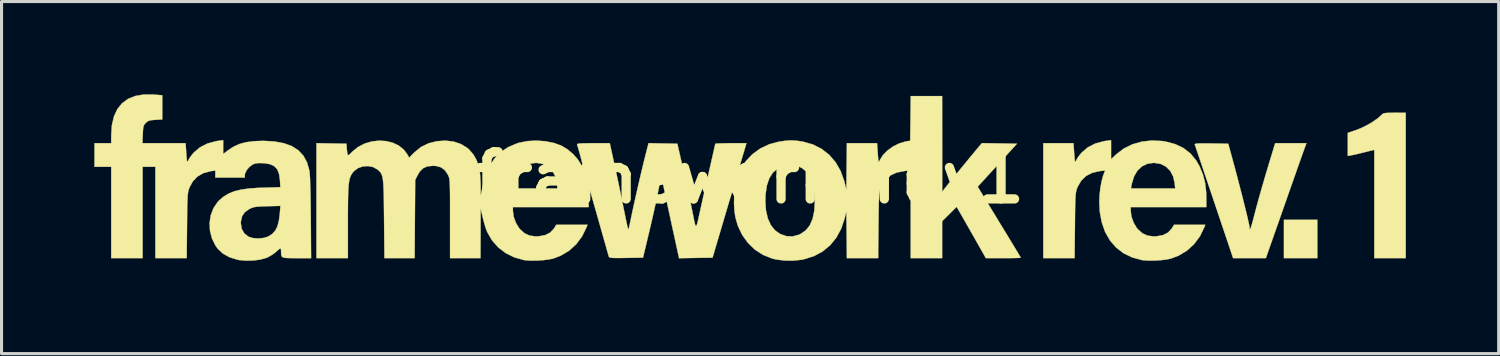
<source format=kicad_pcb>
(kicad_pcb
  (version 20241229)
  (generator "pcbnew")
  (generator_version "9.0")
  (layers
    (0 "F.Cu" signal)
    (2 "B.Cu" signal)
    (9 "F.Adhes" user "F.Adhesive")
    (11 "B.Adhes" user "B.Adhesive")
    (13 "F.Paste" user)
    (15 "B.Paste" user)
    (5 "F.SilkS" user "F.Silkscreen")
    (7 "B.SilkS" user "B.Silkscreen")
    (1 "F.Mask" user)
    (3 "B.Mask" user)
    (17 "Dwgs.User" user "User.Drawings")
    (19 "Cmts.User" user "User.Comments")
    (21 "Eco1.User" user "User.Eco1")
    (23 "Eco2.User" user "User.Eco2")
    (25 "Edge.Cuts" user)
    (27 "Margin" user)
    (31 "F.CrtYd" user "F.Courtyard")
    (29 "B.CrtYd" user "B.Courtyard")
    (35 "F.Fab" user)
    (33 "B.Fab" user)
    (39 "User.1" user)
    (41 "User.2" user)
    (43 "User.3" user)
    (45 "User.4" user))
  (footprint "framework_rev1"
    (layer "F.Cu")
    (at 21.182 2.691)
    (property "Reference" "framework_rev1" (at 0 0 180) (layer "F.SilkS") (effects (font (size 1.524 1.524) (thickness 0.3))))
    (attr through_hole)
    (fp_poly (pts (xy 18.352 2.603) (xy 17.272 2.603) (xy 17.272 1.365) (xy 18.352 1.365) (xy 18.352 2.603)) (stroke (width 0.01) (type solid)) (fill yes) (layer "F.SilkS"))
    (fp_poly (pts (xy 21.209 -2.095) (xy 21.209 2.603) (xy 20.193 2.603) (xy 20.193 -0.896) (xy 20.122 -0.88) (xy 20.058 -0.865) (xy 19.953 -0.839) (xy 19.826 -0.807) (xy 19.796 -0.8) (xy 19.662 -0.767) (xy 19.539 -0.739) (xy 19.45 -0.72) (xy 19.439 -0.718) (xy 19.336 -0.7) (xy 19.336 -1.445) (xy 19.607 -1.538) (xy 19.784 -1.609) (xy 19.972 -1.703) (xy 20.152 -1.81) (xy 20.306 -1.918) (xy 20.413 -2.013) (xy 20.449 -2.049) (xy 20.488 -2.072) (xy 20.542 -2.086) (xy 20.626 -2.093) (xy 20.751 -2.095) (xy 20.849 -2.096) (xy 21.209 -2.095)) (stroke (width 0.01) (type solid)) (fill yes) (layer "F.SilkS"))
    (fp_poly (pts (xy 17.926 -0.913) (xy 17.902 -0.846) (xy 17.859 -0.725) (xy 17.799 -0.556) (xy 17.725 -0.347) (xy 17.639 -0.103) (xy 17.543 0.17) (xy 17.439 0.465) (xy 17.33 0.776) (xy 17.271 0.945) (xy 16.688 2.603) (xy 15.629 2.603) (xy 15.017 0.786) (xy 14.907 0.46) (xy 14.803 0.151) (xy 14.706 -0.135) (xy 14.62 -0.392) (xy 14.544 -0.616) (xy 14.481 -0.802) (xy 14.433 -0.943) (xy 14.402 -1.035) (xy 14.39 -1.072) (xy 14.39 -1.072) (xy 14.397 -1.087) (xy 14.435 -1.098) (xy 14.513 -1.104) (xy 14.635 -1.106) (xy 14.811 -1.106) (xy 14.924 -1.104) (xy 15.472 -1.095) (xy 15.611 -0.587) (xy 15.681 -0.331) (xy 15.752 -0.062) (xy 15.823 0.21) (xy 15.893 0.478) (xy 15.958 0.735) (xy 16.017 0.973) (xy 16.069 1.185) (xy 16.111 1.363) (xy 16.141 1.499) (xy 16.158 1.586) (xy 16.161 1.611) (xy 16.165 1.666) (xy 16.177 1.671) (xy 16.2 1.624) (xy 16.232 1.521) (xy 16.277 1.361) (xy 16.323 1.182) (xy 16.387 0.937) (xy 16.468 0.643) (xy 16.563 0.31) (xy 16.668 -0.051) (xy 16.781 -0.429) (xy 16.894 -0.802) (xy 16.989 -1.111) (xy 17.999 -1.111) (xy 17.926 -0.913)) (stroke (width 0.01) (type solid)) (fill yes) (layer "F.SilkS"))
    (fp_poly (pts (xy 11.684 -0.594) (xy 11.853 -0.754) (xy 12.093 -0.938) (xy 12.369 -1.075) (xy 12.674 -1.162) (xy 13 -1.199) (xy 13.338 -1.182) (xy 13.449 -1.165) (xy 13.759 -1.082) (xy 14.025 -0.955) (xy 14.25 -0.78) (xy 14.435 -0.557) (xy 14.542 -0.37) (xy 14.654 -0.1) (xy 14.725 0.175) (xy 14.759 0.477) (xy 14.763 0.643) (xy 14.764 0.953) (xy 12.319 0.953) (xy 12.319 1.076) (xy 12.345 1.268) (xy 12.417 1.465) (xy 12.523 1.638) (xy 12.547 1.666) (xy 12.694 1.798) (xy 12.86 1.875) (xy 13.056 1.901) (xy 13.158 1.897) (xy 13.362 1.859) (xy 13.521 1.779) (xy 13.639 1.655) (xy 13.653 1.634) (xy 13.721 1.524) (xy 14.73 1.524) (xy 14.701 1.601) (xy 14.557 1.898) (xy 14.366 2.153) (xy 14.134 2.364) (xy 13.864 2.525) (xy 13.622 2.617) (xy 13.474 2.648) (xy 13.286 2.67) (xy 13.083 2.683) (xy 12.886 2.684) (xy 12.72 2.672) (xy 12.679 2.666) (xy 12.364 2.58) (xy 12.085 2.444) (xy 11.846 2.26) (xy 11.648 2.031) (xy 11.493 1.76) (xy 11.383 1.449) (xy 11.319 1.1) (xy 11.303 0.794) (xy 11.313 0.562) (xy 11.337 0.349) (xy 12.327 0.349) (xy 13.757 0.349) (xy 13.739 0.179) (xy 13.69 -0.039) (xy 13.596 -0.217) (xy 13.46 -0.353) (xy 13.289 -0.441) (xy 13.087 -0.475) (xy 13.058 -0.476) (xy 12.855 -0.446) (xy 12.68 -0.361) (xy 12.536 -0.224) (xy 12.427 -0.039) (xy 12.357 0.192) (xy 12.353 0.209) (xy 12.327 0.349) (xy 11.337 0.349) (xy 11.339 0.326) (xy 11.38 0.107) (xy 11.431 -0.075) (xy 11.449 -0.123) (xy 11.494 -0.231) (xy 11.317 -0.21) (xy 11.077 -0.156) (xy 10.878 -0.054) (xy 10.722 0.096) (xy 10.606 0.294) (xy 10.597 0.316) (xy 10.578 0.367) (xy 10.562 0.418) (xy 10.55 0.477) (xy 10.54 0.55) (xy 10.533 0.647) (xy 10.528 0.774) (xy 10.523 0.938) (xy 10.52 1.148) (xy 10.517 1.41) (xy 10.516 1.548) (xy 10.505 2.603) (xy 9.493 2.603) (xy 9.493 -1.111) (xy 9.981 -1.111) (xy 10.469 -1.111) (xy 10.492 -0.787) (xy 10.503 -0.643) (xy 10.512 -0.554) (xy 10.522 -0.514) (xy 10.534 -0.514) (xy 10.551 -0.547) (xy 10.558 -0.563) (xy 10.603 -0.641) (xy 10.675 -0.739) (xy 10.736 -0.811) (xy 10.934 -0.979) (xy 11.175 -1.102) (xy 11.459 -1.178) (xy 11.533 -1.19) (xy 11.684 -1.21) (xy 11.684 -0.594)) (stroke (width 0.01) (type solid)) (fill yes) (layer "F.SilkS"))
    (fp_poly (pts (xy -19.266 -2.684) (xy -19.248 -2.683) (xy -18.986 -2.661) (xy -18.986 -1.88) (xy -19.209 -1.868) (xy -19.334 -1.857) (xy -19.417 -1.839) (xy -19.477 -1.806) (xy -19.519 -1.768) (xy -19.561 -1.721) (xy -19.588 -1.67) (xy -19.603 -1.6) (xy -19.612 -1.494) (xy -19.617 -1.396) (xy -19.628 -1.111) (xy -18.233 -1.111) (xy -18.21 -0.787) (xy -18.199 -0.643) (xy -18.19 -0.554) (xy -18.18 -0.514) (xy -18.168 -0.514) (xy -18.151 -0.547) (xy -18.144 -0.563) (xy -18.099 -0.641) (xy -18.027 -0.739) (xy -17.966 -0.811) (xy -17.768 -0.979) (xy -17.527 -1.102) (xy -17.243 -1.178) (xy -17.169 -1.19) (xy -17.018 -1.21) (xy -17.018 -0.762) (xy -16.867 -0.878) (xy -16.686 -0.998) (xy -16.494 -1.086) (xy -16.278 -1.144) (xy -16.028 -1.177) (xy -15.729 -1.188) (xy -15.716 -1.188) (xy -15.359 -1.168) (xy -15.053 -1.111) (xy -14.795 -1.016) (xy -14.586 -0.881) (xy -14.423 -0.705) (xy -14.306 -0.489) (xy -14.233 -0.231) (xy -14.226 -0.191) (xy -14.219 -0.113) (xy -14.211 0.019) (xy -14.205 0.199) (xy -14.198 0.418) (xy -14.193 0.667) (xy -14.189 0.94) (xy -14.186 1.227) (xy -14.185 1.31) (xy -14.176 2.604) (xy -14.641 2.604) (xy -14.83 2.603) (xy -14.965 2.599) (xy -15.054 2.588) (xy -15.108 2.566) (xy -15.134 2.53) (xy -15.144 2.474) (xy -15.145 2.396) (xy -15.145 2.395) (xy -15.15 2.322) (xy -15.163 2.287) (xy -15.165 2.286) (xy -15.198 2.306) (xy -15.261 2.357) (xy -15.318 2.409) (xy -15.427 2.491) (xy -15.56 2.567) (xy -15.634 2.6) (xy -15.824 2.651) (xy -16.049 2.68) (xy -16.281 2.685) (xy -16.497 2.666) (xy -16.562 2.653) (xy -16.82 2.572) (xy -17.03 2.453) (xy -17.197 2.295) (xy -17.268 2.196) (xy -17.381 1.965) (xy -17.444 1.718) (xy -17.456 1.479) (xy -16.447 1.479) (xy -16.419 1.654) (xy -16.339 1.798) (xy -16.21 1.903) (xy -16.192 1.913) (xy -16.058 1.954) (xy -15.894 1.967) (xy -15.726 1.953) (xy -15.58 1.911) (xy -15.573 1.908) (xy -15.438 1.827) (xy -15.336 1.718) (xy -15.263 1.573) (xy -15.215 1.383) (xy -15.188 1.169) (xy -15.167 0.914) (xy -15.593 0.925) (xy -15.772 0.931) (xy -15.902 0.939) (xy -15.997 0.952) (xy -16.071 0.971) (xy -16.14 0.999) (xy -16.174 1.016) (xy -16.316 1.116) (xy -16.405 1.245) (xy -16.444 1.411) (xy -16.447 1.479) (xy -17.456 1.479) (xy -17.456 1.466) (xy -17.42 1.221) (xy -17.334 0.993) (xy -17.201 0.794) (xy -17.145 0.734) (xy -17 0.612) (xy -16.839 0.515) (xy -16.654 0.441) (xy -16.434 0.387) (xy -16.173 0.351) (xy -15.861 0.33) (xy -15.736 0.326) (xy -15.169 0.31) (xy -15.183 0.081) (xy -15.212 -0.119) (xy -15.271 -0.268) (xy -15.368 -0.371) (xy -15.509 -0.435) (xy -15.7 -0.466) (xy -15.73 -0.467) (xy -15.872 -0.47) (xy -15.975 -0.457) (xy -16.06 -0.425) (xy -16.065 -0.423) (xy -16.167 -0.348) (xy -16.253 -0.247) (xy -16.308 -0.139) (xy -16.32 -0.075) (xy -16.32 0) (xy -17.272 0) (xy -17.272 -0.229) (xy -17.423 -0.207) (xy -17.657 -0.145) (xy -17.85 -0.034) (xy -18.001 0.125) (xy -18.105 0.316) (xy -18.124 0.367) (xy -18.14 0.418) (xy -18.152 0.477) (xy -18.162 0.55) (xy -18.169 0.647) (xy -18.174 0.774) (xy -18.179 0.938) (xy -18.182 1.148) (xy -18.185 1.41) (xy -18.186 1.548) (xy -18.197 2.603) (xy -19.209 2.603) (xy -19.209 -0.349) (xy -19.622 -0.349) (xy -19.622 2.603) (xy -20.637 2.603) (xy -20.637 -0.349) (xy -21.177 -0.349) (xy -21.177 -1.111) (xy -20.637 -1.111) (xy -20.637 -1.361) (xy -20.616 -1.69) (xy -20.55 -1.973) (xy -20.441 -2.21) (xy -20.29 -2.4) (xy -20.096 -2.543) (xy -19.861 -2.638) (xy -19.584 -2.686) (xy -19.266 -2.684)) (stroke (width 0.01) (type solid)) (fill yes) (layer "F.SilkS"))
    (fp_poly (pts (xy 6.224 -1.087) (xy 6.225 0.46) (xy 6.295 0.365) (xy 6.334 0.316) (xy 6.406 0.226) (xy 6.505 0.104) (xy 6.623 -0.042) (xy 6.754 -0.203) (xy 6.891 -0.37) (xy 7.026 -0.535) (xy 7.154 -0.69) (xy 7.266 -0.826) (xy 7.357 -0.935) (xy 7.418 -1.008) (xy 7.419 -1.009) (xy 7.509 -1.114) (xy 8.076 -1.105) (xy 8.643 -1.095) (xy 8.008 -0.4) (xy 7.373 0.295) (xy 7.723 0.87) (xy 7.937 1.22) (xy 8.12 1.521) (xy 8.275 1.774) (xy 8.403 1.985) (xy 8.507 2.157) (xy 8.59 2.294) (xy 8.654 2.399) (xy 8.7 2.477) (xy 8.732 2.531) (xy 8.752 2.565) (xy 8.761 2.584) (xy 8.763 2.589) (xy 8.733 2.594) (xy 8.649 2.598) (xy 8.523 2.601) (xy 8.363 2.603) (xy 8.199 2.603) (xy 7.636 2.603) (xy 7.272 1.96) (xy 7.161 1.765) (xy 7.053 1.576) (xy 6.956 1.405) (xy 6.875 1.262) (xy 6.816 1.16) (xy 6.8 1.132) (xy 6.692 0.945) (xy 6.458 1.178) (xy 6.223 1.411) (xy 6.223 2.603) (xy 5.207 2.603) (xy 5.207 -0.231) (xy 5.003 -0.212) (xy 4.757 -0.165) (xy 4.554 -0.071) (xy 4.393 0.069) (xy 4.273 0.257) (xy 4.247 0.316) (xy 4.228 0.367) (xy 4.212 0.418) (xy 4.2 0.477) (xy 4.19 0.55) (xy 4.183 0.647) (xy 4.178 0.774) (xy 4.173 0.938) (xy 4.17 1.148) (xy 4.167 1.41) (xy 4.166 1.548) (xy 4.155 2.603) (xy 3.144 2.603) (xy 3.136 1.849) (xy 3.127 1.095) (xy 3.072 1.318) (xy 2.96 1.652) (xy 2.802 1.943) (xy 2.601 2.189) (xy 2.359 2.389) (xy 2.078 2.539) (xy 1.759 2.639) (xy 1.682 2.655) (xy 1.407 2.685) (xy 1.121 2.681) (xy 0.85 2.646) (xy 0.723 2.615) (xy 0.431 2.497) (xy 0.169 2.327) (xy -0.056 2.109) (xy -0.242 1.851) (xy -0.381 1.557) (xy -0.46 1.285) (xy -0.492 1.067) (xy -0.505 0.816) (xy -0.503 0.757) (xy 0.508 0.757) (xy 0.528 1.059) (xy 0.588 1.32) (xy 0.687 1.537) (xy 0.822 1.706) (xy 0.988 1.822) (xy 1.191 1.893) (xy 1.39 1.901) (xy 1.592 1.847) (xy 1.648 1.821) (xy 1.814 1.706) (xy 1.943 1.546) (xy 2.034 1.339) (xy 2.089 1.082) (xy 2.108 0.774) (xy 2.108 0.746) (xy 2.092 0.44) (xy 2.045 0.186) (xy 1.964 -0.02) (xy 1.849 -0.182) (xy 1.698 -0.304) (xy 1.687 -0.31) (xy 1.591 -0.359) (xy 1.497 -0.385) (xy 1.376 -0.394) (xy 1.319 -0.395) (xy 1.094 -0.37) (xy 0.906 -0.292) (xy 0.754 -0.163) (xy 0.638 0.018) (xy 0.559 0.25) (xy 0.516 0.535) (xy 0.508 0.757) (xy -0.503 0.757) (xy -0.499 0.559) (xy -0.475 0.324) (xy -0.46 0.24) (xy -0.439 0.131) (xy -0.425 0.049) (xy -0.423 0.011) (xy -0.423 0.011) (xy -0.434 0.038) (xy -0.461 0.12) (xy -0.501 0.251) (xy -0.554 0.424) (xy -0.618 0.633) (xy -0.69 0.872) (xy -0.768 1.135) (xy -0.815 1.294) (xy -1.198 2.588) (xy -1.739 2.596) (xy -2.28 2.605) (xy -2.314 2.453) (xy -2.423 1.953) (xy -2.519 1.514) (xy -2.601 1.135) (xy -2.67 0.816) (xy -2.726 0.556) (xy -2.769 0.354) (xy -2.799 0.21) (xy -2.817 0.123) (xy -2.819 0.111) (xy -2.832 0.045) (xy -2.843 0.007) (xy -2.856 0.002) (xy -2.87 0.036) (xy -2.89 0.114) (xy -2.917 0.242) (xy -2.953 0.425) (xy -2.966 0.492) (xy -2.998 0.651) (xy -3.042 0.856) (xy -3.094 1.093) (xy -3.152 1.347) (xy -3.211 1.604) (xy -3.249 1.762) (xy -3.446 2.588) (xy -3.991 2.596) (xy -4.19 2.599) (xy -4.334 2.599) (xy -4.433 2.596) (xy -4.496 2.589) (xy -4.531 2.577) (xy -4.548 2.56) (xy -4.553 2.549) (xy -4.565 2.506) (xy -4.593 2.41) (xy -4.633 2.266) (xy -4.685 2.084) (xy -4.746 1.869) (xy -4.814 1.628) (xy -4.887 1.371) (xy -4.887 1.369) (xy -4.96 1.113) (xy -5.027 0.878) (xy -5.087 0.669) (xy -5.137 0.493) (xy -5.177 0.358) (xy -5.203 0.27) (xy -5.214 0.237) (xy -5.214 0.237) (xy -5.216 0.262) (xy -5.217 0.34) (xy -5.216 0.456) (xy -5.212 0.59) (xy -5.202 0.953) (xy -7.652 0.953) (xy -7.652 1.076) (xy -7.626 1.268) (xy -7.554 1.465) (xy -7.447 1.638) (xy -7.424 1.666) (xy -7.277 1.798) (xy -7.111 1.875) (xy -6.915 1.901) (xy -6.812 1.897) (xy -6.609 1.859) (xy -6.45 1.779) (xy -6.331 1.655) (xy -6.317 1.634) (xy -6.25 1.524) (xy -5.24 1.524) (xy -5.27 1.601) (xy -5.414 1.898) (xy -5.604 2.153) (xy -5.836 2.364) (xy -6.107 2.525) (xy -6.349 2.617) (xy -6.497 2.648) (xy -6.684 2.67) (xy -6.888 2.683) (xy -7.085 2.684) (xy -7.25 2.672) (xy -7.291 2.666) (xy -7.602 2.58) (xy -7.883 2.442) (xy -8.127 2.256) (xy -8.329 2.026) (xy -8.484 1.757) (xy -8.523 1.656) (xy -8.567 1.516) (xy -8.609 1.363) (xy -8.624 1.302) (xy -8.695 1) (xy -8.697 1.802) (xy -8.7 2.603) (xy -9.684 2.603) (xy -9.684 1.324) (xy -9.684 1.006) (xy -9.684 0.744) (xy -9.685 0.533) (xy -9.688 0.367) (xy -9.691 0.238) (xy -9.696 0.14) (xy -9.703 0.067) (xy -9.713 0.013) (xy -9.725 -0.029) (xy -9.74 -0.065) (xy -9.755 -0.096) (xy -9.852 -0.24) (xy -9.975 -0.331) (xy -10.133 -0.375) (xy -10.239 -0.381) (xy -10.419 -0.362) (xy -10.558 -0.3) (xy -10.668 -0.188) (xy -10.732 -0.079) (xy -10.811 0.079) (xy -10.82 1.341) (xy -10.829 2.603) (xy -11.805 2.603) (xy -11.817 1.326) (xy -11.821 0.988) (xy -11.824 0.708) (xy -11.829 0.48) (xy -11.836 0.296) (xy -11.845 0.151) (xy -11.858 0.04) (xy -11.876 -0.046) (xy -11.899 -0.11) (xy -11.927 -0.16) (xy -11.963 -0.202) (xy -12.006 -0.242) (xy -12.029 -0.261) (xy -12.169 -0.34) (xy -12.333 -0.373) (xy -12.503 -0.361) (xy -12.661 -0.306) (xy -12.79 -0.208) (xy -12.794 -0.203) (xy -12.84 -0.147) (xy -12.878 -0.089) (xy -12.909 -0.024) (xy -12.934 0.056) (xy -12.952 0.157) (xy -12.966 0.285) (xy -12.975 0.447) (xy -12.981 0.649) (xy -12.984 0.897) (xy -12.986 1.199) (xy -12.986 1.419) (xy -12.986 2.603) (xy -14.002 2.603) (xy -14.002 -1.113) (xy -13.518 -1.104) (xy -13.033 -1.095) (xy -13.025 -0.968) (xy -13.015 -0.866) (xy -13.002 -0.779) (xy -13 -0.768) (xy -12.988 -0.731) (xy -12.968 -0.725) (xy -12.929 -0.754) (xy -12.859 -0.823) (xy -12.845 -0.837) (xy -12.661 -0.988) (xy -12.451 -1.098) (xy -12.224 -1.166) (xy -11.989 -1.194) (xy -11.758 -1.181) (xy -11.539 -1.128) (xy -11.343 -1.036) (xy -11.179 -0.904) (xy -11.075 -0.765) (xy -11.005 -0.644) (xy -10.845 -0.808) (xy -10.629 -0.985) (xy -10.381 -1.108) (xy -10.112 -1.176) (xy -9.832 -1.195) (xy -9.568 -1.164) (xy -9.331 -1.085) (xy -9.128 -0.96) (xy -9.068 -0.907) (xy -8.93 -0.747) (xy -8.826 -0.566) (xy -8.755 -0.355) (xy -8.713 -0.104) (xy -8.697 0.195) (xy -8.696 0.221) (xy -8.693 0.587) (xy -8.644 0.349) (xy -7.644 0.349) (xy -6.214 0.349) (xy -6.232 0.179) (xy -6.281 -0.039) (xy -6.375 -0.217) (xy -6.511 -0.353) (xy -6.682 -0.441) (xy -6.884 -0.475) (xy -6.913 -0.476) (xy -7.116 -0.446) (xy -7.291 -0.361) (xy -7.435 -0.224) (xy -7.544 -0.039) (xy -7.614 0.192) (xy -7.617 0.209) (xy -7.644 0.349) (xy -8.644 0.349) (xy -8.632 0.29) (xy -8.537 -0.064) (xy -8.409 -0.367) (xy -8.247 -0.619) (xy -8.046 -0.824) (xy -7.805 -0.985) (xy -7.522 -1.105) (xy -7.462 -1.124) (xy -7.192 -1.179) (xy -6.899 -1.196) (xy -6.602 -1.175) (xy -6.321 -1.119) (xy -6.086 -1.033) (xy -5.895 -0.919) (xy -5.714 -0.769) (xy -5.561 -0.598) (xy -5.474 -0.463) (xy -5.425 -0.374) (xy -5.389 -0.315) (xy -5.373 -0.299) (xy -5.378 -0.331) (xy -5.396 -0.41) (xy -5.424 -0.521) (xy -5.458 -0.65) (xy -5.494 -0.784) (xy -5.529 -0.908) (xy -5.558 -1.007) (xy -5.578 -1.069) (xy -5.578 -1.069) (xy -5.574 -1.085) (xy -5.54 -1.096) (xy -5.471 -1.104) (xy -5.358 -1.109) (xy -5.194 -1.111) (xy -5.058 -1.111) (xy -4.52 -1.111) (xy -4.355 -0.357) (xy -4.299 -0.097) (xy -4.238 0.189) (xy -4.177 0.48) (xy -4.121 0.755) (xy -4.073 0.992) (xy -4.066 1.027) (xy -4.027 1.219) (xy -3.992 1.389) (xy -3.962 1.527) (xy -3.94 1.624) (xy -3.927 1.67) (xy -3.926 1.673) (xy -3.912 1.653) (xy -3.893 1.586) (xy -3.874 1.503) (xy -3.82 1.241) (xy -3.754 0.934) (xy -3.679 0.596) (xy -3.599 0.244) (xy -3.517 -0.108) (xy -3.437 -0.444) (xy -3.362 -0.747) (xy -3.299 -0.993) (xy -3.267 -1.113) (xy -2.336 -1.095) (xy -2.137 -0.222) (xy -2.08 0.031) (xy -2.023 0.288) (xy -1.969 0.535) (xy -1.92 0.758) (xy -1.881 0.945) (xy -1.857 1.064) (xy -1.814 1.281) (xy -1.782 1.438) (xy -1.757 1.533) (xy -1.735 1.569) (xy -1.713 1.545) (xy -1.687 1.462) (xy -1.655 1.322) (xy -1.611 1.123) (xy -1.608 1.109) (xy -1.565 0.915) (xy -1.512 0.676) (xy -1.452 0.41) (xy -1.389 0.134) (xy -1.328 -0.134) (xy -1.299 -0.26) (xy -1.249 -0.478) (xy -1.204 -0.676) (xy -1.166 -0.844) (xy -1.136 -0.976) (xy -1.117 -1.061) (xy -1.111 -1.093) (xy -1.081 -1.099) (xy -0.998 -1.104) (xy -0.874 -1.108) (xy -0.717 -1.111) (xy -0.607 -1.111) (xy -0.103 -1.111) (xy -0.242 -0.643) (xy -0.306 -0.427) (xy -0.352 -0.267) (xy -0.381 -0.16) (xy -0.393 -0.102) (xy -0.39 -0.089) (xy -0.37 -0.116) (xy -0.336 -0.181) (xy -0.301 -0.248) (xy -0.131 -0.521) (xy 0.086 -0.753) (xy 0.343 -0.94) (xy 0.636 -1.078) (xy 0.942 -1.16) (xy 1.161 -1.192) (xy 1.349 -1.203) (xy 1.534 -1.191) (xy 1.736 -1.159) (xy 2.05 -1.069) (xy 2.331 -0.926) (xy 2.576 -0.733) (xy 2.781 -0.494) (xy 2.942 -0.213) (xy 3.058 0.108) (xy 3.073 0.169) (xy 3.127 0.397) (xy 3.144 -1.111) (xy 3.632 -1.111) (xy 4.119 -1.111) (xy 4.142 -0.787) (xy 4.153 -0.642) (xy 4.162 -0.554) (xy 4.171 -0.514) (xy 4.184 -0.514) (xy 4.201 -0.547) (xy 4.208 -0.564) (xy 4.304 -0.721) (xy 4.449 -0.87) (xy 4.628 -1.001) (xy 4.828 -1.102) (xy 5.034 -1.165) (xy 5.056 -1.169) (xy 5.191 -1.192) (xy 5.2 -1.914) (xy 5.208 -2.635) (xy 6.223 -2.635) (xy 6.224 -1.087)) (stroke (width 0.01) (type solid)) (fill yes) (layer "F.SilkS")))
  (gr_rect
    (start -3 -3)
    (end 45.396 8.381)
    (stroke (width 0.1) (type default))
    (fill no)
    (layer "Edge.Cuts")))
</source>
